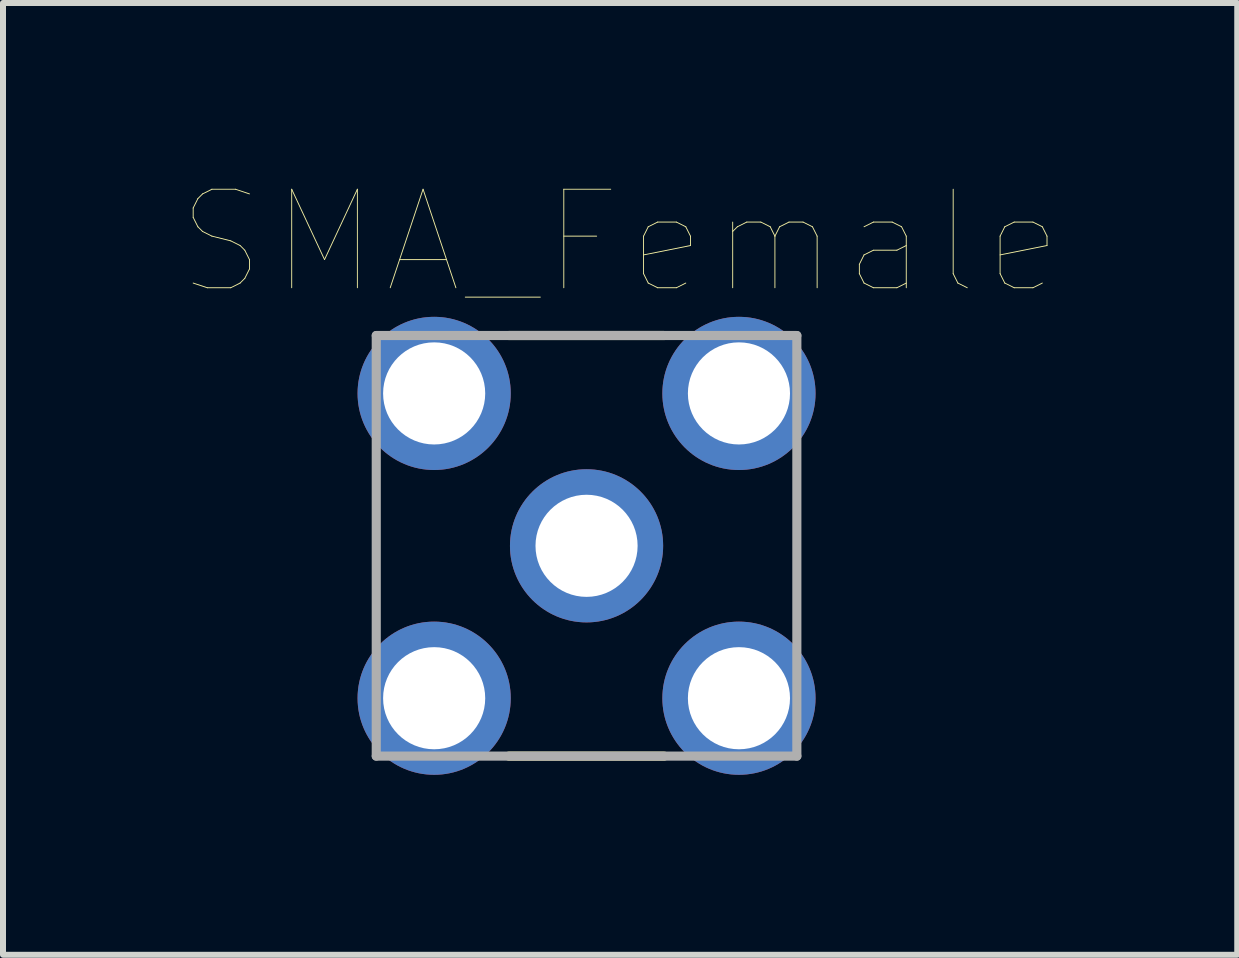
<source format=kicad_pcb>
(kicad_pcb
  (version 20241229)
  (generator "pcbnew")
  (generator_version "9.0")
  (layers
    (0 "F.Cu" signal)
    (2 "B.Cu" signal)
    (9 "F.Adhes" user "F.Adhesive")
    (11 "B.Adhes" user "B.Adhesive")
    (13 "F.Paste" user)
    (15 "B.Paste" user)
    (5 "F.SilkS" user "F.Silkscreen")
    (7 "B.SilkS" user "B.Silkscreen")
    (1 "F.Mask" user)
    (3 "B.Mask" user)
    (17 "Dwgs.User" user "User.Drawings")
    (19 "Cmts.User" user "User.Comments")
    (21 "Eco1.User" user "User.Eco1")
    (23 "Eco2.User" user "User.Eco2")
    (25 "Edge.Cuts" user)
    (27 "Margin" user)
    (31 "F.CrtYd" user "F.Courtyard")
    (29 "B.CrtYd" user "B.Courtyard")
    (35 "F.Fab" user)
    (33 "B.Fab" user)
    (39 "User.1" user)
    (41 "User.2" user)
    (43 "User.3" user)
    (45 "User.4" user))
  (footprint "SMA_Female"
    (layer "F.Cu")
    (at 6.726 6.047)
    (property "Reference" "SMA_Female" (at 0.559 -5.06 0) (layer "F.SilkS") (effects (font (size 1.642 1.642) (thickness 0.015))))
    (attr through_hole)
    (fp_line (start -1.295 3.505) (end 1.295 3.505) (stroke (width 0.152) (type solid)) (layer "F.SilkS"))
    (fp_line (start 1.295 -3.505) (end -1.295 -3.505) (stroke (width 0.152) (type solid)) (layer "F.SilkS"))
    (fp_line (start -3.505 -3.505) (end -3.505 3.505) (stroke (width 0.152) (type solid)) (layer "F.Fab"))
    (fp_line (start -3.505 3.505) (end 3.505 3.505) (stroke (width 0.152) (type solid)) (layer "F.Fab"))
    (fp_line (start 3.505 -3.505) (end -3.505 -3.505) (stroke (width 0.152) (type solid)) (layer "F.Fab"))
    (fp_line (start 3.505 3.505) (end 3.505 -3.505) (stroke (width 0.152) (type solid)) (layer "F.Fab"))
    (pad "1" thru_hole circle (at 0 0) (size 2.553 2.553) (drill 1.702) (layers "*.Cu" "*.Mask"))
    (pad "2" thru_hole circle (at -2.54 -2.54) (size 2.553 2.553) (drill 1.702) (layers "*.Cu" "*.Mask"))
    (pad "3" thru_hole circle (at -2.54 2.54) (size 2.553 2.553) (drill 1.702) (layers "*.Cu" "*.Mask"))
    (pad "4" thru_hole circle (at 2.54 2.54) (size 2.553 2.553) (drill 1.702) (layers "*.Cu" "*.Mask"))
    (pad "5" thru_hole circle (at 2.54 -2.54) (size 2.553 2.553) (drill 1.702) (layers "*.Cu" "*.Mask")))
  (gr_rect
    (start -3 -3)
    (end 17.571 12.863)
    (stroke (width 0.1) (type default))
    (fill no)
    (layer "Edge.Cuts")))
</source>
